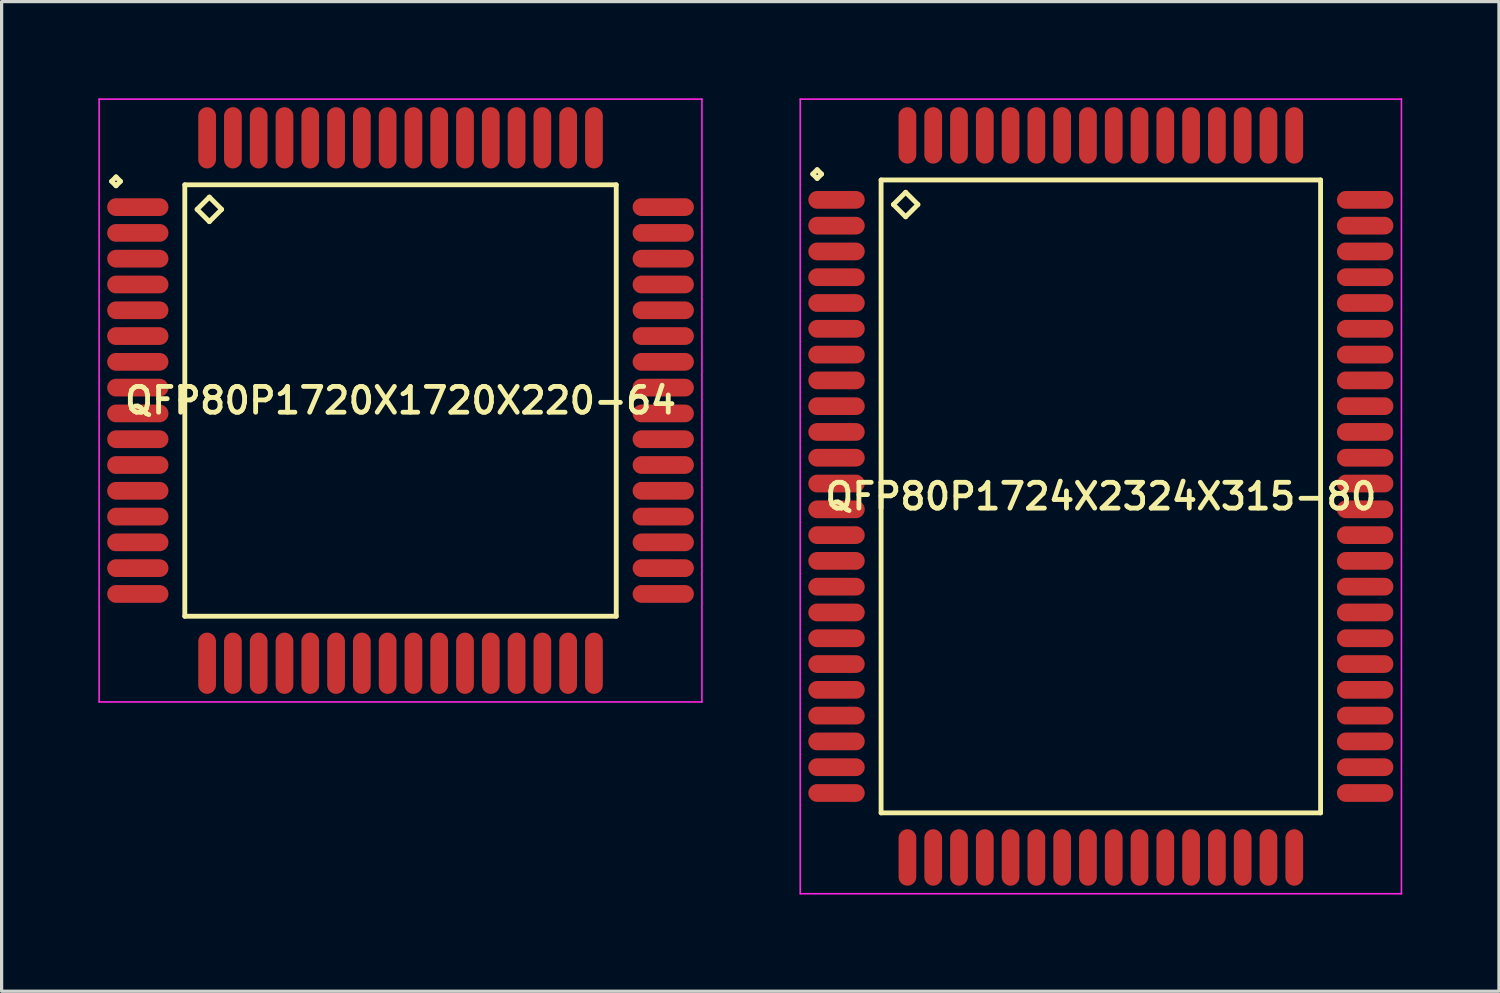
<source format=kicad_pcb>
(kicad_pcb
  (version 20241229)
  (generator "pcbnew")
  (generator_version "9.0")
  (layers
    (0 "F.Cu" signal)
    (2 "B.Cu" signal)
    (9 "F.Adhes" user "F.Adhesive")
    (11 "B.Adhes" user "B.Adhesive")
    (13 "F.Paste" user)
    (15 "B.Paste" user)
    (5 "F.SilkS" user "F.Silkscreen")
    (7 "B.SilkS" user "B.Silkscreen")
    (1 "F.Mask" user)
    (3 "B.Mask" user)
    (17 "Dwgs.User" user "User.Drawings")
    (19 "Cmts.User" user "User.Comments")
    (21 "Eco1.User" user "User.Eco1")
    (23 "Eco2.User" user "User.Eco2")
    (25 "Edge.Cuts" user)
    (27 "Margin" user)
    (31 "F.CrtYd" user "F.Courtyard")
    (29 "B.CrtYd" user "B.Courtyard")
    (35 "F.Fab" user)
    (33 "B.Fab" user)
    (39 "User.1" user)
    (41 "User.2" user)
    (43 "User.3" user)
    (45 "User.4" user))
  (footprint "QFP80P1720X1720X220-64"
    (layer "F.Cu")
    (at 9.375 9.375)
    (property "Reference" "QFP80P1720X1720X220-64" (at 0 0 0) (layer "F.SilkS") (effects (font (size 0.8 0.8) (thickness 0.15))))
    (attr smd)
    (fp_line (start -8.963 -6.8) (end -8.825 -6.938) (stroke (width 0.15) (type solid)) (layer "F.SilkS"))
    (fp_line (start -8.825 -6.938) (end -8.688 -6.8) (stroke (width 0.15) (type solid)) (layer "F.SilkS"))
    (fp_line (start -8.825 -6.662) (end -8.963 -6.8) (stroke (width 0.15) (type solid)) (layer "F.SilkS"))
    (fp_line (start -8.688 -6.8) (end -8.825 -6.662) (stroke (width 0.15) (type solid)) (layer "F.SilkS"))
    (fp_line (start -6.692 -6.692) (end -6.692 6.692) (stroke (width 0.15) (type solid)) (layer "F.SilkS"))
    (fp_line (start -6.692 6.692) (end 6.692 6.692) (stroke (width 0.15) (type solid)) (layer "F.SilkS"))
    (fp_line (start -6.311 -5.93) (end -5.93 -6.311) (stroke (width 0.15) (type solid)) (layer "F.SilkS"))
    (fp_line (start -5.93 -6.311) (end -5.549 -5.93) (stroke (width 0.15) (type solid)) (layer "F.SilkS"))
    (fp_line (start -5.93 -5.549) (end -6.311 -5.93) (stroke (width 0.15) (type solid)) (layer "F.SilkS"))
    (fp_line (start -5.549 -5.93) (end -5.93 -5.549) (stroke (width 0.15) (type solid)) (layer "F.SilkS"))
    (fp_line (start 6.692 -6.692) (end -6.692 -6.692) (stroke (width 0.15) (type solid)) (layer "F.SilkS"))
    (fp_line (start 6.692 6.692) (end 6.692 -6.692) (stroke (width 0.15) (type solid)) (layer "F.SilkS"))
    (fp_line (start -9.35 -9.35) (end 9.35 -9.35) (stroke (width 0.05) (type solid)) (layer "F.CrtYd"))
    (fp_line (start -9.35 9.35) (end -9.35 -9.35) (stroke (width 0.05) (type solid)) (layer "F.CrtYd"))
    (fp_line (start 9.35 -9.35) (end 9.35 9.35) (stroke (width 0.05) (type solid)) (layer "F.CrtYd"))
    (fp_line (start 9.35 9.35) (end -9.35 9.35) (stroke (width 0.05) (type solid)) (layer "F.CrtYd"))
    (pad "1" smd oval (at -8.15 -6) (size 1.9 0.55) (layers "F.Cu" "F.Mask" "F.Paste"))
    (pad "2" smd oval (at -8.15 -5.2) (size 1.9 0.55) (layers "F.Cu" "F.Mask" "F.Paste"))
    (pad "3" smd oval (at -8.15 -4.4) (size 1.9 0.55) (layers "F.Cu" "F.Mask" "F.Paste"))
    (pad "4" smd oval (at -8.15 -3.6) (size 1.9 0.55) (layers "F.Cu" "F.Mask" "F.Paste"))
    (pad "5" smd oval (at -8.15 -2.8) (size 1.9 0.55) (layers "F.Cu" "F.Mask" "F.Paste"))
    (pad "6" smd oval (at -8.15 -2) (size 1.9 0.55) (layers "F.Cu" "F.Mask" "F.Paste"))
    (pad "7" smd oval (at -8.15 -1.2) (size 1.9 0.55) (layers "F.Cu" "F.Mask" "F.Paste"))
    (pad "8" smd oval (at -8.15 -0.4) (size 1.9 0.55) (layers "F.Cu" "F.Mask" "F.Paste"))
    (pad "9" smd oval (at -8.15 0.4) (size 1.9 0.55) (layers "F.Cu" "F.Mask" "F.Paste"))
    (pad "10" smd oval (at -8.15 1.2) (size 1.9 0.55) (layers "F.Cu" "F.Mask" "F.Paste"))
    (pad "11" smd oval (at -8.15 2) (size 1.9 0.55) (layers "F.Cu" "F.Mask" "F.Paste"))
    (pad "12" smd oval (at -8.15 2.8) (size 1.9 0.55) (layers "F.Cu" "F.Mask" "F.Paste"))
    (pad "13" smd oval (at -8.15 3.6) (size 1.9 0.55) (layers "F.Cu" "F.Mask" "F.Paste"))
    (pad "14" smd oval (at -8.15 4.4) (size 1.9 0.55) (layers "F.Cu" "F.Mask" "F.Paste"))
    (pad "15" smd oval (at -8.15 5.2) (size 1.9 0.55) (layers "F.Cu" "F.Mask" "F.Paste"))
    (pad "16" smd oval (at -8.15 6) (size 1.9 0.55) (layers "F.Cu" "F.Mask" "F.Paste"))
    (pad "17" smd oval (at -6 8.15) (size 0.55 1.9) (layers "F.Cu" "F.Mask" "F.Paste"))
    (pad "18" smd oval (at -5.2 8.15) (size 0.55 1.9) (layers "F.Cu" "F.Mask" "F.Paste"))
    (pad "19" smd oval (at -4.4 8.15) (size 0.55 1.9) (layers "F.Cu" "F.Mask" "F.Paste"))
    (pad "20" smd oval (at -3.6 8.15) (size 0.55 1.9) (layers "F.Cu" "F.Mask" "F.Paste"))
    (pad "21" smd oval (at -2.8 8.15) (size 0.55 1.9) (layers "F.Cu" "F.Mask" "F.Paste"))
    (pad "22" smd oval (at -2 8.15) (size 0.55 1.9) (layers "F.Cu" "F.Mask" "F.Paste"))
    (pad "23" smd oval (at -1.2 8.15) (size 0.55 1.9) (layers "F.Cu" "F.Mask" "F.Paste"))
    (pad "24" smd oval (at -0.4 8.15) (size 0.55 1.9) (layers "F.Cu" "F.Mask" "F.Paste"))
    (pad "25" smd oval (at 0.4 8.15) (size 0.55 1.9) (layers "F.Cu" "F.Mask" "F.Paste"))
    (pad "26" smd oval (at 1.2 8.15) (size 0.55 1.9) (layers "F.Cu" "F.Mask" "F.Paste"))
    (pad "27" smd oval (at 2 8.15) (size 0.55 1.9) (layers "F.Cu" "F.Mask" "F.Paste"))
    (pad "28" smd oval (at 2.8 8.15) (size 0.55 1.9) (layers "F.Cu" "F.Mask" "F.Paste"))
    (pad "29" smd oval (at 3.6 8.15) (size 0.55 1.9) (layers "F.Cu" "F.Mask" "F.Paste"))
    (pad "30" smd oval (at 4.4 8.15) (size 0.55 1.9) (layers "F.Cu" "F.Mask" "F.Paste"))
    (pad "31" smd oval (at 5.2 8.15) (size 0.55 1.9) (layers "F.Cu" "F.Mask" "F.Paste"))
    (pad "32" smd oval (at 6 8.15) (size 0.55 1.9) (layers "F.Cu" "F.Mask" "F.Paste"))
    (pad "33" smd oval (at 8.15 6) (size 1.9 0.55) (layers "F.Cu" "F.Mask" "F.Paste"))
    (pad "34" smd oval (at 8.15 5.2) (size 1.9 0.55) (layers "F.Cu" "F.Mask" "F.Paste"))
    (pad "35" smd oval (at 8.15 4.4) (size 1.9 0.55) (layers "F.Cu" "F.Mask" "F.Paste"))
    (pad "36" smd oval (at 8.15 3.6) (size 1.9 0.55) (layers "F.Cu" "F.Mask" "F.Paste"))
    (pad "37" smd oval (at 8.15 2.8) (size 1.9 0.55) (layers "F.Cu" "F.Mask" "F.Paste"))
    (pad "38" smd oval (at 8.15 2) (size 1.9 0.55) (layers "F.Cu" "F.Mask" "F.Paste"))
    (pad "39" smd oval (at 8.15 1.2) (size 1.9 0.55) (layers "F.Cu" "F.Mask" "F.Paste"))
    (pad "40" smd oval (at 8.15 0.4) (size 1.9 0.55) (layers "F.Cu" "F.Mask" "F.Paste"))
    (pad "41" smd oval (at 8.15 -0.4) (size 1.9 0.55) (layers "F.Cu" "F.Mask" "F.Paste"))
    (pad "42" smd oval (at 8.15 -1.2) (size 1.9 0.55) (layers "F.Cu" "F.Mask" "F.Paste"))
    (pad "43" smd oval (at 8.15 -2) (size 1.9 0.55) (layers "F.Cu" "F.Mask" "F.Paste"))
    (pad "44" smd oval (at 8.15 -2.8) (size 1.9 0.55) (layers "F.Cu" "F.Mask" "F.Paste"))
    (pad "45" smd oval (at 8.15 -3.6) (size 1.9 0.55) (layers "F.Cu" "F.Mask" "F.Paste"))
    (pad "46" smd oval (at 8.15 -4.4) (size 1.9 0.55) (layers "F.Cu" "F.Mask" "F.Paste"))
    (pad "47" smd oval (at 8.15 -5.2) (size 1.9 0.55) (layers "F.Cu" "F.Mask" "F.Paste"))
    (pad "48" smd oval (at 8.15 -6) (size 1.9 0.55) (layers "F.Cu" "F.Mask" "F.Paste"))
    (pad "49" smd oval (at 6 -8.15) (size 0.55 1.9) (layers "F.Cu" "F.Mask" "F.Paste"))
    (pad "50" smd oval (at 5.2 -8.15) (size 0.55 1.9) (layers "F.Cu" "F.Mask" "F.Paste"))
    (pad "51" smd oval (at 4.4 -8.15) (size 0.55 1.9) (layers "F.Cu" "F.Mask" "F.Paste"))
    (pad "52" smd oval (at 3.6 -8.15) (size 0.55 1.9) (layers "F.Cu" "F.Mask" "F.Paste"))
    (pad "53" smd oval (at 2.8 -8.15) (size 0.55 1.9) (layers "F.Cu" "F.Mask" "F.Paste"))
    (pad "54" smd oval (at 2 -8.15) (size 0.55 1.9) (layers "F.Cu" "F.Mask" "F.Paste"))
    (pad "55" smd oval (at 1.2 -8.15) (size 0.55 1.9) (layers "F.Cu" "F.Mask" "F.Paste"))
    (pad "56" smd oval (at 0.4 -8.15) (size 0.55 1.9) (layers "F.Cu" "F.Mask" "F.Paste"))
    (pad "57" smd oval (at -0.4 -8.15) (size 0.55 1.9) (layers "F.Cu" "F.Mask" "F.Paste"))
    (pad "58" smd oval (at -1.2 -8.15) (size 0.55 1.9) (layers "F.Cu" "F.Mask" "F.Paste"))
    (pad "59" smd oval (at -2 -8.15) (size 0.55 1.9) (layers "F.Cu" "F.Mask" "F.Paste"))
    (pad "60" smd oval (at -2.8 -8.15) (size 0.55 1.9) (layers "F.Cu" "F.Mask" "F.Paste"))
    (pad "61" smd oval (at -3.6 -8.15) (size 0.55 1.9) (layers "F.Cu" "F.Mask" "F.Paste"))
    (pad "62" smd oval (at -4.4 -8.15) (size 0.55 1.9) (layers "F.Cu" "F.Mask" "F.Paste"))
    (pad "63" smd oval (at -5.2 -8.15) (size 0.55 1.9) (layers "F.Cu" "F.Mask" "F.Paste"))
    (pad "64" smd oval (at -6 -8.15) (size 0.55 1.9) (layers "F.Cu" "F.Mask" "F.Paste")))
  (footprint "QFP80P1724X2324X315-80"
    (layer "F.Cu")
    (at 31.1 12.35)
    (property "Reference" "QFP80P1724X2324X315-80" (at 0 0 0) (layer "F.SilkS") (effects (font (size 0.8 0.8) (thickness 0.15))))
    (attr smd)
    (fp_line (start -8.938 -10) (end -8.8 -10.137) (stroke (width 0.15) (type solid)) (layer "F.SilkS"))
    (fp_line (start -8.8 -10.137) (end -8.662 -10) (stroke (width 0.15) (type solid)) (layer "F.SilkS"))
    (fp_line (start -8.8 -9.863) (end -8.938 -10) (stroke (width 0.15) (type solid)) (layer "F.SilkS"))
    (fp_line (start -8.662 -10) (end -8.8 -9.863) (stroke (width 0.15) (type solid)) (layer "F.SilkS"))
    (fp_line (start -6.817 -9.817) (end -6.817 9.817) (stroke (width 0.15) (type solid)) (layer "F.SilkS"))
    (fp_line (start -6.817 9.817) (end 6.817 9.817) (stroke (width 0.15) (type solid)) (layer "F.SilkS"))
    (fp_line (start -6.436 -9.055) (end -6.055 -9.436) (stroke (width 0.15) (type solid)) (layer "F.SilkS"))
    (fp_line (start -6.055 -9.436) (end -5.674 -9.055) (stroke (width 0.15) (type solid)) (layer "F.SilkS"))
    (fp_line (start -6.055 -8.674) (end -6.436 -9.055) (stroke (width 0.15) (type solid)) (layer "F.SilkS"))
    (fp_line (start -5.674 -9.055) (end -6.055 -8.674) (stroke (width 0.15) (type solid)) (layer "F.SilkS"))
    (fp_line (start 6.817 -9.817) (end -6.817 -9.817) (stroke (width 0.15) (type solid)) (layer "F.SilkS"))
    (fp_line (start 6.817 9.817) (end 6.817 -9.817) (stroke (width 0.15) (type solid)) (layer "F.SilkS"))
    (fp_line (start -9.325 -12.325) (end 9.325 -12.325) (stroke (width 0.05) (type solid)) (layer "F.CrtYd"))
    (fp_line (start -9.325 12.325) (end -9.325 -12.325) (stroke (width 0.05) (type solid)) (layer "F.CrtYd"))
    (fp_line (start 9.325 -12.325) (end 9.325 12.325) (stroke (width 0.05) (type solid)) (layer "F.CrtYd"))
    (fp_line (start 9.325 12.325) (end -9.325 12.325) (stroke (width 0.05) (type solid)) (layer "F.CrtYd"))
    (pad "1" smd oval (at -8.2 -9.2) (size 1.75 0.55) (layers "F.Cu" "F.Mask" "F.Paste"))
    (pad "2" smd oval (at -8.2 -8.4) (size 1.75 0.55) (layers "F.Cu" "F.Mask" "F.Paste"))
    (pad "3" smd oval (at -8.2 -7.6) (size 1.75 0.55) (layers "F.Cu" "F.Mask" "F.Paste"))
    (pad "4" smd oval (at -8.2 -6.8) (size 1.75 0.55) (layers "F.Cu" "F.Mask" "F.Paste"))
    (pad "5" smd oval (at -8.2 -6) (size 1.75 0.55) (layers "F.Cu" "F.Mask" "F.Paste"))
    (pad "6" smd oval (at -8.2 -5.2) (size 1.75 0.55) (layers "F.Cu" "F.Mask" "F.Paste"))
    (pad "7" smd oval (at -8.2 -4.4) (size 1.75 0.55) (layers "F.Cu" "F.Mask" "F.Paste"))
    (pad "8" smd oval (at -8.2 -3.6) (size 1.75 0.55) (layers "F.Cu" "F.Mask" "F.Paste"))
    (pad "9" smd oval (at -8.2 -2.8) (size 1.75 0.55) (layers "F.Cu" "F.Mask" "F.Paste"))
    (pad "10" smd oval (at -8.2 -2) (size 1.75 0.55) (layers "F.Cu" "F.Mask" "F.Paste"))
    (pad "11" smd oval (at -8.2 -1.2) (size 1.75 0.55) (layers "F.Cu" "F.Mask" "F.Paste"))
    (pad "12" smd oval (at -8.2 -0.4) (size 1.75 0.55) (layers "F.Cu" "F.Mask" "F.Paste"))
    (pad "13" smd oval (at -8.2 0.4) (size 1.75 0.55) (layers "F.Cu" "F.Mask" "F.Paste"))
    (pad "14" smd oval (at -8.2 1.2) (size 1.75 0.55) (layers "F.Cu" "F.Mask" "F.Paste"))
    (pad "15" smd oval (at -8.2 2) (size 1.75 0.55) (layers "F.Cu" "F.Mask" "F.Paste"))
    (pad "16" smd oval (at -8.2 2.8) (size 1.75 0.55) (layers "F.Cu" "F.Mask" "F.Paste"))
    (pad "17" smd oval (at -8.2 3.6) (size 1.75 0.55) (layers "F.Cu" "F.Mask" "F.Paste"))
    (pad "18" smd oval (at -8.2 4.4) (size 1.75 0.55) (layers "F.Cu" "F.Mask" "F.Paste"))
    (pad "19" smd oval (at -8.2 5.2) (size 1.75 0.55) (layers "F.Cu" "F.Mask" "F.Paste"))
    (pad "20" smd oval (at -8.2 6) (size 1.75 0.55) (layers "F.Cu" "F.Mask" "F.Paste"))
    (pad "21" smd oval (at -8.2 6.8) (size 1.75 0.55) (layers "F.Cu" "F.Mask" "F.Paste"))
    (pad "22" smd oval (at -8.2 7.6) (size 1.75 0.55) (layers "F.Cu" "F.Mask" "F.Paste"))
    (pad "23" smd oval (at -8.2 8.4) (size 1.75 0.55) (layers "F.Cu" "F.Mask" "F.Paste"))
    (pad "24" smd oval (at -8.2 9.2) (size 1.75 0.55) (layers "F.Cu" "F.Mask" "F.Paste"))
    (pad "25" smd oval (at -6 11.2) (size 0.55 1.75) (layers "F.Cu" "F.Mask" "F.Paste"))
    (pad "26" smd oval (at -5.2 11.2) (size 0.55 1.75) (layers "F.Cu" "F.Mask" "F.Paste"))
    (pad "27" smd oval (at -4.4 11.2) (size 0.55 1.75) (layers "F.Cu" "F.Mask" "F.Paste"))
    (pad "28" smd oval (at -3.6 11.2) (size 0.55 1.75) (layers "F.Cu" "F.Mask" "F.Paste"))
    (pad "29" smd oval (at -2.8 11.2) (size 0.55 1.75) (layers "F.Cu" "F.Mask" "F.Paste"))
    (pad "30" smd oval (at -2 11.2) (size 0.55 1.75) (layers "F.Cu" "F.Mask" "F.Paste"))
    (pad "31" smd oval (at -1.2 11.2) (size 0.55 1.75) (layers "F.Cu" "F.Mask" "F.Paste"))
    (pad "32" smd oval (at -0.4 11.2) (size 0.55 1.75) (layers "F.Cu" "F.Mask" "F.Paste"))
    (pad "33" smd oval (at 0.4 11.2) (size 0.55 1.75) (layers "F.Cu" "F.Mask" "F.Paste"))
    (pad "34" smd oval (at 1.2 11.2) (size 0.55 1.75) (layers "F.Cu" "F.Mask" "F.Paste"))
    (pad "35" smd oval (at 2 11.2) (size 0.55 1.75) (layers "F.Cu" "F.Mask" "F.Paste"))
    (pad "36" smd oval (at 2.8 11.2) (size 0.55 1.75) (layers "F.Cu" "F.Mask" "F.Paste"))
    (pad "37" smd oval (at 3.6 11.2) (size 0.55 1.75) (layers "F.Cu" "F.Mask" "F.Paste"))
    (pad "38" smd oval (at 4.4 11.2) (size 0.55 1.75) (layers "F.Cu" "F.Mask" "F.Paste"))
    (pad "39" smd oval (at 5.2 11.2) (size 0.55 1.75) (layers "F.Cu" "F.Mask" "F.Paste"))
    (pad "40" smd oval (at 6 11.2) (size 0.55 1.75) (layers "F.Cu" "F.Mask" "F.Paste"))
    (pad "41" smd oval (at 8.2 9.2) (size 1.75 0.55) (layers "F.Cu" "F.Mask" "F.Paste"))
    (pad "42" smd oval (at 8.2 8.4) (size 1.75 0.55) (layers "F.Cu" "F.Mask" "F.Paste"))
    (pad "43" smd oval (at 8.2 7.6) (size 1.75 0.55) (layers "F.Cu" "F.Mask" "F.Paste"))
    (pad "44" smd oval (at 8.2 6.8) (size 1.75 0.55) (layers "F.Cu" "F.Mask" "F.Paste"))
    (pad "45" smd oval (at 8.2 6) (size 1.75 0.55) (layers "F.Cu" "F.Mask" "F.Paste"))
    (pad "46" smd oval (at 8.2 5.2) (size 1.75 0.55) (layers "F.Cu" "F.Mask" "F.Paste"))
    (pad "47" smd oval (at 8.2 4.4) (size 1.75 0.55) (layers "F.Cu" "F.Mask" "F.Paste"))
    (pad "48" smd oval (at 8.2 3.6) (size 1.75 0.55) (layers "F.Cu" "F.Mask" "F.Paste"))
    (pad "49" smd oval (at 8.2 2.8) (size 1.75 0.55) (layers "F.Cu" "F.Mask" "F.Paste"))
    (pad "50" smd oval (at 8.2 2) (size 1.75 0.55) (layers "F.Cu" "F.Mask" "F.Paste"))
    (pad "51" smd oval (at 8.2 1.2) (size 1.75 0.55) (layers "F.Cu" "F.Mask" "F.Paste"))
    (pad "52" smd oval (at 8.2 0.4) (size 1.75 0.55) (layers "F.Cu" "F.Mask" "F.Paste"))
    (pad "53" smd oval (at 8.2 -0.4) (size 1.75 0.55) (layers "F.Cu" "F.Mask" "F.Paste"))
    (pad "54" smd oval (at 8.2 -1.2) (size 1.75 0.55) (layers "F.Cu" "F.Mask" "F.Paste"))
    (pad "55" smd oval (at 8.2 -2) (size 1.75 0.55) (layers "F.Cu" "F.Mask" "F.Paste"))
    (pad "56" smd oval (at 8.2 -2.8) (size 1.75 0.55) (layers "F.Cu" "F.Mask" "F.Paste"))
    (pad "57" smd oval (at 8.2 -3.6) (size 1.75 0.55) (layers "F.Cu" "F.Mask" "F.Paste"))
    (pad "58" smd oval (at 8.2 -4.4) (size 1.75 0.55) (layers "F.Cu" "F.Mask" "F.Paste"))
    (pad "59" smd oval (at 8.2 -5.2) (size 1.75 0.55) (layers "F.Cu" "F.Mask" "F.Paste"))
    (pad "60" smd oval (at 8.2 -6) (size 1.75 0.55) (layers "F.Cu" "F.Mask" "F.Paste"))
    (pad "61" smd oval (at 8.2 -6.8) (size 1.75 0.55) (layers "F.Cu" "F.Mask" "F.Paste"))
    (pad "62" smd oval (at 8.2 -7.6) (size 1.75 0.55) (layers "F.Cu" "F.Mask" "F.Paste"))
    (pad "63" smd oval (at 8.2 -8.4) (size 1.75 0.55) (layers "F.Cu" "F.Mask" "F.Paste"))
    (pad "64" smd oval (at 8.2 -9.2) (size 1.75 0.55) (layers "F.Cu" "F.Mask" "F.Paste"))
    (pad "65" smd oval (at 6 -11.2) (size 0.55 1.75) (layers "F.Cu" "F.Mask" "F.Paste"))
    (pad "66" smd oval (at 5.2 -11.2) (size 0.55 1.75) (layers "F.Cu" "F.Mask" "F.Paste"))
    (pad "67" smd oval (at 4.4 -11.2) (size 0.55 1.75) (layers "F.Cu" "F.Mask" "F.Paste"))
    (pad "68" smd oval (at 3.6 -11.2) (size 0.55 1.75) (layers "F.Cu" "F.Mask" "F.Paste"))
    (pad "69" smd oval (at 2.8 -11.2) (size 0.55 1.75) (layers "F.Cu" "F.Mask" "F.Paste"))
    (pad "70" smd oval (at 2 -11.2) (size 0.55 1.75) (layers "F.Cu" "F.Mask" "F.Paste"))
    (pad "71" smd oval (at 1.2 -11.2) (size 0.55 1.75) (layers "F.Cu" "F.Mask" "F.Paste"))
    (pad "72" smd oval (at 0.4 -11.2) (size 0.55 1.75) (layers "F.Cu" "F.Mask" "F.Paste"))
    (pad "73" smd oval (at -0.4 -11.2) (size 0.55 1.75) (layers "F.Cu" "F.Mask" "F.Paste"))
    (pad "74" smd oval (at -1.2 -11.2) (size 0.55 1.75) (layers "F.Cu" "F.Mask" "F.Paste"))
    (pad "75" smd oval (at -2 -11.2) (size 0.55 1.75) (layers "F.Cu" "F.Mask" "F.Paste"))
    (pad "76" smd oval (at -2.8 -11.2) (size 0.55 1.75) (layers "F.Cu" "F.Mask" "F.Paste"))
    (pad "77" smd oval (at -3.6 -11.2) (size 0.55 1.75) (layers "F.Cu" "F.Mask" "F.Paste"))
    (pad "78" smd oval (at -4.4 -11.2) (size 0.55 1.75) (layers "F.Cu" "F.Mask" "F.Paste"))
    (pad "79" smd oval (at -5.2 -11.2) (size 0.55 1.75) (layers "F.Cu" "F.Mask" "F.Paste"))
    (pad "80" smd oval (at -6 -11.2) (size 0.55 1.75) (layers "F.Cu" "F.Mask" "F.Paste")))
  (gr_rect
    (start -3 -3)
    (end 43.45 27.7)
    (stroke (width 0.1) (type default))
    (fill no)
    (layer "Edge.Cuts")))
</source>
